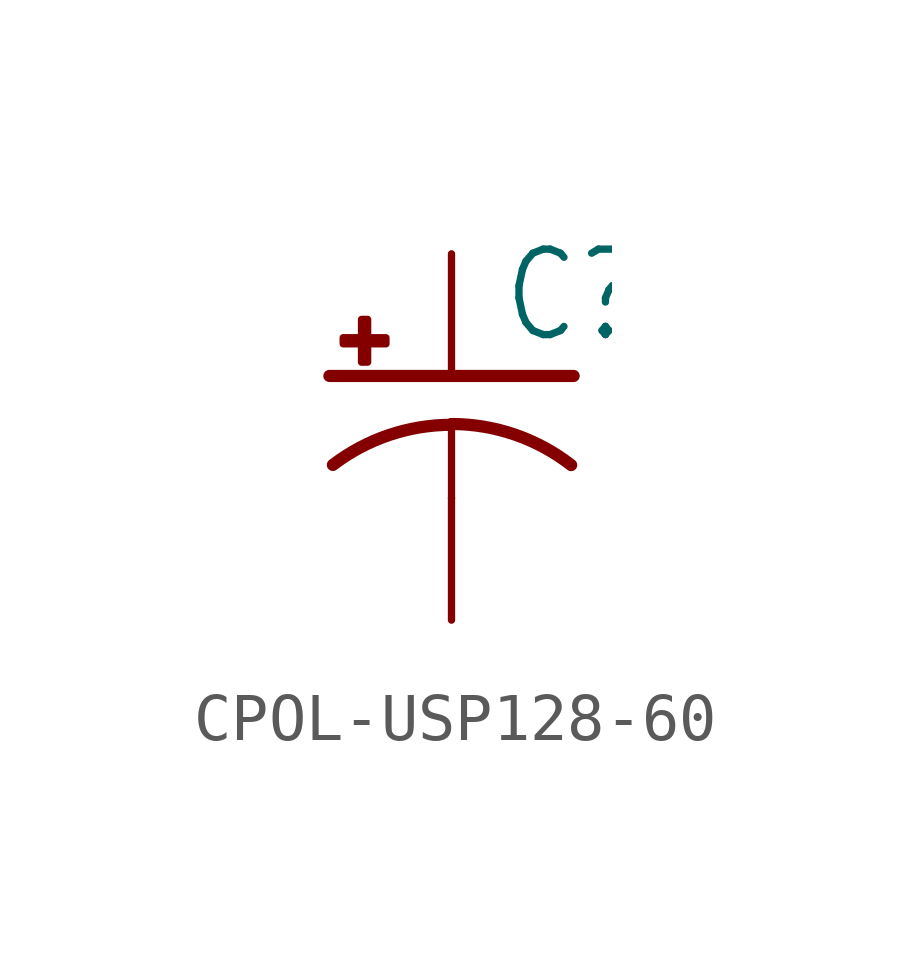
<source format=kicad_sym>
(kicad_symbol_lib
  (version 20231120)
  (generator "kicad_symbol_editor")
  (generator_version "8.0")
  (symbol "CPOL-USP128-60"
    (property "Reference" "C"
      (at 1.016 0.635 0)
      (effects (font (size 1.778 1.511)) (justify left bottom)))
    (property "Value" ""
      (at 1.016 -4.191 0)
      (effects (font (size 1.778 1.511)) (justify left bottom)))
    (property "ki_locked" ""
      (at 0 0 0)
      (effects (font (size 1.27 1.27))))
    (symbol "CPOL-USP128-60_1_0"
      (rectangle (start -2.253 0.668) (end -1.364 0.795) (stroke (width 0) (type default)) (fill (type outline)))
      (rectangle (start -1.872 0.287) (end -1.745 1.176) (stroke (width 0) (type default)) (fill (type outline)))
      (arc (start 0 -1.0161) (mid -1.3021 -1.2303) (end -2.4669 -1.8504) (stroke (width 0.254) (type solid)) (fill (type none)))
      (polyline (pts (xy -2.54 0) (xy 2.54 0)) (stroke (width 0.254) (type solid)) (fill (type none)))
      (polyline (pts (xy 0 -1.016) (xy 0 -2.54)) (stroke (width 0.152) (type solid)) (fill (type none)))
      (arc (start 2.4892 -1.8541) (mid 1.3158 -1.2194) (end 0 -1) (stroke (width 0.254) (type solid)) (fill (type none)))
      (pin passive line (at 0 2.54 270) (length 2.54) (name "+" (effects (font (size 0 0)))) (number "+" (effects (font (size 0 0)))))
      (pin passive line (at 0 -5.08 90) (length 2.54) (name "-" (effects (font (size 0 0)))) (number "-" (effects (font (size 0 0))))))))
</source>
